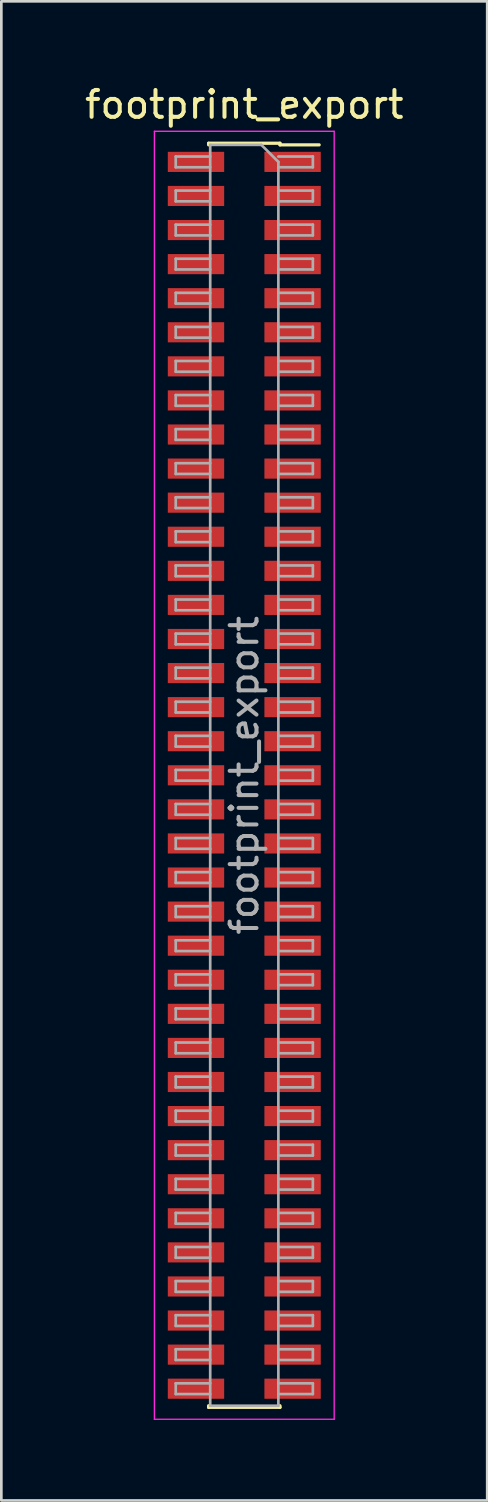
<source format=kicad_pcb>
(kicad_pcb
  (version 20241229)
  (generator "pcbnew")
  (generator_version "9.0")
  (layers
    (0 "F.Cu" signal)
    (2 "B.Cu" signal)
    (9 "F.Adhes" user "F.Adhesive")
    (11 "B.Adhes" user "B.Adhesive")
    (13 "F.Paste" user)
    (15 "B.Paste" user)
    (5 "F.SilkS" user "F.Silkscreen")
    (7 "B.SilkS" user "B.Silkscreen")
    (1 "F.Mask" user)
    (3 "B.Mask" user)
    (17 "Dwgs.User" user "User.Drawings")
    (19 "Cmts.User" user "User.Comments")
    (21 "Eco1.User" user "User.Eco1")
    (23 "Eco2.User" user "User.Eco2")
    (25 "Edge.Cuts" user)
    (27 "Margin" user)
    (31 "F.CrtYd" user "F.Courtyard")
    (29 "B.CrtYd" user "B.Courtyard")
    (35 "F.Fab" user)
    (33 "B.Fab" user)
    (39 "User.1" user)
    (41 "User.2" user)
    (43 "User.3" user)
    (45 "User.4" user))
  (footprint "footprint_export"
    (layer "F.Cu")
    (at 6.054 25.843)
    (property "Reference" "footprint_export" (at 0 -24.995 0) (layer "F.SilkS") (effects (font (size 1 1) (thickness 0.15))))
    (attr smd)
    (fp_line (start -1.33 -23.555) (end -1.33 -23.495) (stroke (width 0.12) (type solid)) (layer "F.SilkS"))
    (fp_line (start -1.33 -23.555) (end 1.33 -23.555) (stroke (width 0.12) (type solid)) (layer "F.SilkS"))
    (fp_line (start -1.33 23.495) (end -1.33 23.555) (stroke (width 0.12) (type solid)) (layer "F.SilkS"))
    (fp_line (start -1.33 23.555) (end 1.33 23.555) (stroke (width 0.12) (type solid)) (layer "F.SilkS"))
    (fp_line (start 1.33 -23.555) (end 1.33 -23.495) (stroke (width 0.12) (type solid)) (layer "F.SilkS"))
    (fp_line (start 1.33 -23.495) (end 2.79 -23.495) (stroke (width 0.12) (type solid)) (layer "F.SilkS"))
    (fp_line (start 1.33 23.495) (end 1.33 23.555) (stroke (width 0.12) (type solid)) (layer "F.SilkS"))
    (fp_line (start -3.35 -24) (end 3.35 -24) (stroke (width 0.05) (type solid)) (layer "F.CrtYd"))
    (fp_line (start -3.35 24) (end -3.35 -24) (stroke (width 0.05) (type solid)) (layer "F.CrtYd"))
    (fp_line (start 3.35 -24) (end 3.35 24) (stroke (width 0.05) (type solid)) (layer "F.CrtYd"))
    (fp_line (start 3.35 24) (end -3.35 24) (stroke (width 0.05) (type solid)) (layer "F.CrtYd"))
    (fp_line (start -2.555 -23.06) (end -1.27 -23.06) (stroke (width 0.1) (type solid)) (layer "F.Fab"))
    (fp_line (start -2.555 -22.66) (end -2.555 -23.06) (stroke (width 0.1) (type solid)) (layer "F.Fab"))
    (fp_line (start -2.555 -21.79) (end -1.27 -21.79) (stroke (width 0.1) (type solid)) (layer "F.Fab"))
    (fp_line (start -2.555 -21.39) (end -2.555 -21.79) (stroke (width 0.1) (type solid)) (layer "F.Fab"))
    (fp_line (start -2.555 -20.52) (end -1.27 -20.52) (stroke (width 0.1) (type solid)) (layer "F.Fab"))
    (fp_line (start -2.555 -20.12) (end -2.555 -20.52) (stroke (width 0.1) (type solid)) (layer "F.Fab"))
    (fp_line (start -2.555 -19.25) (end -1.27 -19.25) (stroke (width 0.1) (type solid)) (layer "F.Fab"))
    (fp_line (start -2.555 -18.85) (end -2.555 -19.25) (stroke (width 0.1) (type solid)) (layer "F.Fab"))
    (fp_line (start -2.555 -17.98) (end -1.27 -17.98) (stroke (width 0.1) (type solid)) (layer "F.Fab"))
    (fp_line (start -2.555 -17.58) (end -2.555 -17.98) (stroke (width 0.1) (type solid)) (layer "F.Fab"))
    (fp_line (start -2.555 -16.71) (end -1.27 -16.71) (stroke (width 0.1) (type solid)) (layer "F.Fab"))
    (fp_line (start -2.555 -16.31) (end -2.555 -16.71) (stroke (width 0.1) (type solid)) (layer "F.Fab"))
    (fp_line (start -2.555 -15.44) (end -1.27 -15.44) (stroke (width 0.1) (type solid)) (layer "F.Fab"))
    (fp_line (start -2.555 -15.04) (end -2.555 -15.44) (stroke (width 0.1) (type solid)) (layer "F.Fab"))
    (fp_line (start -2.555 -14.17) (end -1.27 -14.17) (stroke (width 0.1) (type solid)) (layer "F.Fab"))
    (fp_line (start -2.555 -13.77) (end -2.555 -14.17) (stroke (width 0.1) (type solid)) (layer "F.Fab"))
    (fp_line (start -2.555 -12.9) (end -1.27 -12.9) (stroke (width 0.1) (type solid)) (layer "F.Fab"))
    (fp_line (start -2.555 -12.5) (end -2.555 -12.9) (stroke (width 0.1) (type solid)) (layer "F.Fab"))
    (fp_line (start -2.555 -11.63) (end -1.27 -11.63) (stroke (width 0.1) (type solid)) (layer "F.Fab"))
    (fp_line (start -2.555 -11.23) (end -2.555 -11.63) (stroke (width 0.1) (type solid)) (layer "F.Fab"))
    (fp_line (start -2.555 -10.36) (end -1.27 -10.36) (stroke (width 0.1) (type solid)) (layer "F.Fab"))
    (fp_line (start -2.555 -9.96) (end -2.555 -10.36) (stroke (width 0.1) (type solid)) (layer "F.Fab"))
    (fp_line (start -2.555 -9.09) (end -1.27 -9.09) (stroke (width 0.1) (type solid)) (layer "F.Fab"))
    (fp_line (start -2.555 -8.69) (end -2.555 -9.09) (stroke (width 0.1) (type solid)) (layer "F.Fab"))
    (fp_line (start -2.555 -7.82) (end -1.27 -7.82) (stroke (width 0.1) (type solid)) (layer "F.Fab"))
    (fp_line (start -2.555 -7.42) (end -2.555 -7.82) (stroke (width 0.1) (type solid)) (layer "F.Fab"))
    (fp_line (start -2.555 -6.55) (end -1.27 -6.55) (stroke (width 0.1) (type solid)) (layer "F.Fab"))
    (fp_line (start -2.555 -6.15) (end -2.555 -6.55) (stroke (width 0.1) (type solid)) (layer "F.Fab"))
    (fp_line (start -2.555 -5.28) (end -1.27 -5.28) (stroke (width 0.1) (type solid)) (layer "F.Fab"))
    (fp_line (start -2.555 -4.88) (end -2.555 -5.28) (stroke (width 0.1) (type solid)) (layer "F.Fab"))
    (fp_line (start -2.555 -4.01) (end -1.27 -4.01) (stroke (width 0.1) (type solid)) (layer "F.Fab"))
    (fp_line (start -2.555 -3.61) (end -2.555 -4.01) (stroke (width 0.1) (type solid)) (layer "F.Fab"))
    (fp_line (start -2.555 -2.74) (end -1.27 -2.74) (stroke (width 0.1) (type solid)) (layer "F.Fab"))
    (fp_line (start -2.555 -2.34) (end -2.555 -2.74) (stroke (width 0.1) (type solid)) (layer "F.Fab"))
    (fp_line (start -2.555 -1.47) (end -1.27 -1.47) (stroke (width 0.1) (type solid)) (layer "F.Fab"))
    (fp_line (start -2.555 -1.07) (end -2.555 -1.47) (stroke (width 0.1) (type solid)) (layer "F.Fab"))
    (fp_line (start -2.555 -0.2) (end -1.27 -0.2) (stroke (width 0.1) (type solid)) (layer "F.Fab"))
    (fp_line (start -2.555 0.2) (end -2.555 -0.2) (stroke (width 0.1) (type solid)) (layer "F.Fab"))
    (fp_line (start -2.555 1.07) (end -1.27 1.07) (stroke (width 0.1) (type solid)) (layer "F.Fab"))
    (fp_line (start -2.555 1.47) (end -2.555 1.07) (stroke (width 0.1) (type solid)) (layer "F.Fab"))
    (fp_line (start -2.555 2.34) (end -1.27 2.34) (stroke (width 0.1) (type solid)) (layer "F.Fab"))
    (fp_line (start -2.555 2.74) (end -2.555 2.34) (stroke (width 0.1) (type solid)) (layer "F.Fab"))
    (fp_line (start -2.555 3.61) (end -1.27 3.61) (stroke (width 0.1) (type solid)) (layer "F.Fab"))
    (fp_line (start -2.555 4.01) (end -2.555 3.61) (stroke (width 0.1) (type solid)) (layer "F.Fab"))
    (fp_line (start -2.555 4.88) (end -1.27 4.88) (stroke (width 0.1) (type solid)) (layer "F.Fab"))
    (fp_line (start -2.555 5.28) (end -2.555 4.88) (stroke (width 0.1) (type solid)) (layer "F.Fab"))
    (fp_line (start -2.555 6.15) (end -1.27 6.15) (stroke (width 0.1) (type solid)) (layer "F.Fab"))
    (fp_line (start -2.555 6.55) (end -2.555 6.15) (stroke (width 0.1) (type solid)) (layer "F.Fab"))
    (fp_line (start -2.555 7.42) (end -1.27 7.42) (stroke (width 0.1) (type solid)) (layer "F.Fab"))
    (fp_line (start -2.555 7.82) (end -2.555 7.42) (stroke (width 0.1) (type solid)) (layer "F.Fab"))
    (fp_line (start -2.555 8.69) (end -1.27 8.69) (stroke (width 0.1) (type solid)) (layer "F.Fab"))
    (fp_line (start -2.555 9.09) (end -2.555 8.69) (stroke (width 0.1) (type solid)) (layer "F.Fab"))
    (fp_line (start -2.555 9.96) (end -1.27 9.96) (stroke (width 0.1) (type solid)) (layer "F.Fab"))
    (fp_line (start -2.555 10.36) (end -2.555 9.96) (stroke (width 0.1) (type solid)) (layer "F.Fab"))
    (fp_line (start -2.555 11.23) (end -1.27 11.23) (stroke (width 0.1) (type solid)) (layer "F.Fab"))
    (fp_line (start -2.555 11.63) (end -2.555 11.23) (stroke (width 0.1) (type solid)) (layer "F.Fab"))
    (fp_line (start -2.555 12.5) (end -1.27 12.5) (stroke (width 0.1) (type solid)) (layer "F.Fab"))
    (fp_line (start -2.555 12.9) (end -2.555 12.5) (stroke (width 0.1) (type solid)) (layer "F.Fab"))
    (fp_line (start -2.555 13.77) (end -1.27 13.77) (stroke (width 0.1) (type solid)) (layer "F.Fab"))
    (fp_line (start -2.555 14.17) (end -2.555 13.77) (stroke (width 0.1) (type solid)) (layer "F.Fab"))
    (fp_line (start -2.555 15.04) (end -1.27 15.04) (stroke (width 0.1) (type solid)) (layer "F.Fab"))
    (fp_line (start -2.555 15.44) (end -2.555 15.04) (stroke (width 0.1) (type solid)) (layer "F.Fab"))
    (fp_line (start -2.555 16.31) (end -1.27 16.31) (stroke (width 0.1) (type solid)) (layer "F.Fab"))
    (fp_line (start -2.555 16.71) (end -2.555 16.31) (stroke (width 0.1) (type solid)) (layer "F.Fab"))
    (fp_line (start -2.555 17.58) (end -1.27 17.58) (stroke (width 0.1) (type solid)) (layer "F.Fab"))
    (fp_line (start -2.555 17.98) (end -2.555 17.58) (stroke (width 0.1) (type solid)) (layer "F.Fab"))
    (fp_line (start -2.555 18.85) (end -1.27 18.85) (stroke (width 0.1) (type solid)) (layer "F.Fab"))
    (fp_line (start -2.555 19.25) (end -2.555 18.85) (stroke (width 0.1) (type solid)) (layer "F.Fab"))
    (fp_line (start -2.555 20.12) (end -1.27 20.12) (stroke (width 0.1) (type solid)) (layer "F.Fab"))
    (fp_line (start -2.555 20.52) (end -2.555 20.12) (stroke (width 0.1) (type solid)) (layer "F.Fab"))
    (fp_line (start -2.555 21.39) (end -1.27 21.39) (stroke (width 0.1) (type solid)) (layer "F.Fab"))
    (fp_line (start -2.555 21.79) (end -2.555 21.39) (stroke (width 0.1) (type solid)) (layer "F.Fab"))
    (fp_line (start -2.555 22.66) (end -1.27 22.66) (stroke (width 0.1) (type solid)) (layer "F.Fab"))
    (fp_line (start -2.555 23.06) (end -2.555 22.66) (stroke (width 0.1) (type solid)) (layer "F.Fab"))
    (fp_line (start -1.27 -23.495) (end 0.635 -23.495) (stroke (width 0.1) (type solid)) (layer "F.Fab"))
    (fp_line (start -1.27 -22.66) (end -2.555 -22.66) (stroke (width 0.1) (type solid)) (layer "F.Fab"))
    (fp_line (start -1.27 -21.39) (end -2.555 -21.39) (stroke (width 0.1) (type solid)) (layer "F.Fab"))
    (fp_line (start -1.27 -20.12) (end -2.555 -20.12) (stroke (width 0.1) (type solid)) (layer "F.Fab"))
    (fp_line (start -1.27 -18.85) (end -2.555 -18.85) (stroke (width 0.1) (type solid)) (layer "F.Fab"))
    (fp_line (start -1.27 -17.58) (end -2.555 -17.58) (stroke (width 0.1) (type solid)) (layer "F.Fab"))
    (fp_line (start -1.27 -16.31) (end -2.555 -16.31) (stroke (width 0.1) (type solid)) (layer "F.Fab"))
    (fp_line (start -1.27 -15.04) (end -2.555 -15.04) (stroke (width 0.1) (type solid)) (layer "F.Fab"))
    (fp_line (start -1.27 -13.77) (end -2.555 -13.77) (stroke (width 0.1) (type solid)) (layer "F.Fab"))
    (fp_line (start -1.27 -12.5) (end -2.555 -12.5) (stroke (width 0.1) (type solid)) (layer "F.Fab"))
    (fp_line (start -1.27 -11.23) (end -2.555 -11.23) (stroke (width 0.1) (type solid)) (layer "F.Fab"))
    (fp_line (start -1.27 -9.96) (end -2.555 -9.96) (stroke (width 0.1) (type solid)) (layer "F.Fab"))
    (fp_line (start -1.27 -8.69) (end -2.555 -8.69) (stroke (width 0.1) (type solid)) (layer "F.Fab"))
    (fp_line (start -1.27 -7.42) (end -2.555 -7.42) (stroke (width 0.1) (type solid)) (layer "F.Fab"))
    (fp_line (start -1.27 -6.15) (end -2.555 -6.15) (stroke (width 0.1) (type solid)) (layer "F.Fab"))
    (fp_line (start -1.27 -4.88) (end -2.555 -4.88) (stroke (width 0.1) (type solid)) (layer "F.Fab"))
    (fp_line (start -1.27 -3.61) (end -2.555 -3.61) (stroke (width 0.1) (type solid)) (layer "F.Fab"))
    (fp_line (start -1.27 -2.34) (end -2.555 -2.34) (stroke (width 0.1) (type solid)) (layer "F.Fab"))
    (fp_line (start -1.27 -1.07) (end -2.555 -1.07) (stroke (width 0.1) (type solid)) (layer "F.Fab"))
    (fp_line (start -1.27 0.2) (end -2.555 0.2) (stroke (width 0.1) (type solid)) (layer "F.Fab"))
    (fp_line (start -1.27 1.47) (end -2.555 1.47) (stroke (width 0.1) (type solid)) (layer "F.Fab"))
    (fp_line (start -1.27 2.74) (end -2.555 2.74) (stroke (width 0.1) (type solid)) (layer "F.Fab"))
    (fp_line (start -1.27 4.01) (end -2.555 4.01) (stroke (width 0.1) (type solid)) (layer "F.Fab"))
    (fp_line (start -1.27 5.28) (end -2.555 5.28) (stroke (width 0.1) (type solid)) (layer "F.Fab"))
    (fp_line (start -1.27 6.55) (end -2.555 6.55) (stroke (width 0.1) (type solid)) (layer "F.Fab"))
    (fp_line (start -1.27 7.82) (end -2.555 7.82) (stroke (width 0.1) (type solid)) (layer "F.Fab"))
    (fp_line (start -1.27 9.09) (end -2.555 9.09) (stroke (width 0.1) (type solid)) (layer "F.Fab"))
    (fp_line (start -1.27 10.36) (end -2.555 10.36) (stroke (width 0.1) (type solid)) (layer "F.Fab"))
    (fp_line (start -1.27 11.63) (end -2.555 11.63) (stroke (width 0.1) (type solid)) (layer "F.Fab"))
    (fp_line (start -1.27 12.9) (end -2.555 12.9) (stroke (width 0.1) (type solid)) (layer "F.Fab"))
    (fp_line (start -1.27 14.17) (end -2.555 14.17) (stroke (width 0.1) (type solid)) (layer "F.Fab"))
    (fp_line (start -1.27 15.44) (end -2.555 15.44) (stroke (width 0.1) (type solid)) (layer "F.Fab"))
    (fp_line (start -1.27 16.71) (end -2.555 16.71) (stroke (width 0.1) (type solid)) (layer "F.Fab"))
    (fp_line (start -1.27 17.98) (end -2.555 17.98) (stroke (width 0.1) (type solid)) (layer "F.Fab"))
    (fp_line (start -1.27 19.25) (end -2.555 19.25) (stroke (width 0.1) (type solid)) (layer "F.Fab"))
    (fp_line (start -1.27 20.52) (end -2.555 20.52) (stroke (width 0.1) (type solid)) (layer "F.Fab"))
    (fp_line (start -1.27 21.79) (end -2.555 21.79) (stroke (width 0.1) (type solid)) (layer "F.Fab"))
    (fp_line (start -1.27 23.06) (end -2.555 23.06) (stroke (width 0.1) (type solid)) (layer "F.Fab"))
    (fp_line (start -1.27 23.495) (end -1.27 -23.495) (stroke (width 0.1) (type solid)) (layer "F.Fab"))
    (fp_line (start 0.635 -23.495) (end 1.27 -22.86) (stroke (width 0.1) (type solid)) (layer "F.Fab"))
    (fp_line (start 1.27 -23.06) (end 2.555 -23.06) (stroke (width 0.1) (type solid)) (layer "F.Fab"))
    (fp_line (start 1.27 -22.86) (end 1.27 23.495) (stroke (width 0.1) (type solid)) (layer "F.Fab"))
    (fp_line (start 1.27 -21.79) (end 2.555 -21.79) (stroke (width 0.1) (type solid)) (layer "F.Fab"))
    (fp_line (start 1.27 -20.52) (end 2.555 -20.52) (stroke (width 0.1) (type solid)) (layer "F.Fab"))
    (fp_line (start 1.27 -19.25) (end 2.555 -19.25) (stroke (width 0.1) (type solid)) (layer "F.Fab"))
    (fp_line (start 1.27 -17.98) (end 2.555 -17.98) (stroke (width 0.1) (type solid)) (layer "F.Fab"))
    (fp_line (start 1.27 -16.71) (end 2.555 -16.71) (stroke (width 0.1) (type solid)) (layer "F.Fab"))
    (fp_line (start 1.27 -15.44) (end 2.555 -15.44) (stroke (width 0.1) (type solid)) (layer "F.Fab"))
    (fp_line (start 1.27 -14.17) (end 2.555 -14.17) (stroke (width 0.1) (type solid)) (layer "F.Fab"))
    (fp_line (start 1.27 -12.9) (end 2.555 -12.9) (stroke (width 0.1) (type solid)) (layer "F.Fab"))
    (fp_line (start 1.27 -11.63) (end 2.555 -11.63) (stroke (width 0.1) (type solid)) (layer "F.Fab"))
    (fp_line (start 1.27 -10.36) (end 2.555 -10.36) (stroke (width 0.1) (type solid)) (layer "F.Fab"))
    (fp_line (start 1.27 -9.09) (end 2.555 -9.09) (stroke (width 0.1) (type solid)) (layer "F.Fab"))
    (fp_line (start 1.27 -7.82) (end 2.555 -7.82) (stroke (width 0.1) (type solid)) (layer "F.Fab"))
    (fp_line (start 1.27 -6.55) (end 2.555 -6.55) (stroke (width 0.1) (type solid)) (layer "F.Fab"))
    (fp_line (start 1.27 -5.28) (end 2.555 -5.28) (stroke (width 0.1) (type solid)) (layer "F.Fab"))
    (fp_line (start 1.27 -4.01) (end 2.555 -4.01) (stroke (width 0.1) (type solid)) (layer "F.Fab"))
    (fp_line (start 1.27 -2.74) (end 2.555 -2.74) (stroke (width 0.1) (type solid)) (layer "F.Fab"))
    (fp_line (start 1.27 -1.47) (end 2.555 -1.47) (stroke (width 0.1) (type solid)) (layer "F.Fab"))
    (fp_line (start 1.27 -0.2) (end 2.555 -0.2) (stroke (width 0.1) (type solid)) (layer "F.Fab"))
    (fp_line (start 1.27 1.07) (end 2.555 1.07) (stroke (width 0.1) (type solid)) (layer "F.Fab"))
    (fp_line (start 1.27 2.34) (end 2.555 2.34) (stroke (width 0.1) (type solid)) (layer "F.Fab"))
    (fp_line (start 1.27 3.61) (end 2.555 3.61) (stroke (width 0.1) (type solid)) (layer "F.Fab"))
    (fp_line (start 1.27 4.88) (end 2.555 4.88) (stroke (width 0.1) (type solid)) (layer "F.Fab"))
    (fp_line (start 1.27 6.15) (end 2.555 6.15) (stroke (width 0.1) (type solid)) (layer "F.Fab"))
    (fp_line (start 1.27 7.42) (end 2.555 7.42) (stroke (width 0.1) (type solid)) (layer "F.Fab"))
    (fp_line (start 1.27 8.69) (end 2.555 8.69) (stroke (width 0.1) (type solid)) (layer "F.Fab"))
    (fp_line (start 1.27 9.96) (end 2.555 9.96) (stroke (width 0.1) (type solid)) (layer "F.Fab"))
    (fp_line (start 1.27 11.23) (end 2.555 11.23) (stroke (width 0.1) (type solid)) (layer "F.Fab"))
    (fp_line (start 1.27 12.5) (end 2.555 12.5) (stroke (width 0.1) (type solid)) (layer "F.Fab"))
    (fp_line (start 1.27 13.77) (end 2.555 13.77) (stroke (width 0.1) (type solid)) (layer "F.Fab"))
    (fp_line (start 1.27 15.04) (end 2.555 15.04) (stroke (width 0.1) (type solid)) (layer "F.Fab"))
    (fp_line (start 1.27 16.31) (end 2.555 16.31) (stroke (width 0.1) (type solid)) (layer "F.Fab"))
    (fp_line (start 1.27 17.58) (end 2.555 17.58) (stroke (width 0.1) (type solid)) (layer "F.Fab"))
    (fp_line (start 1.27 18.85) (end 2.555 18.85) (stroke (width 0.1) (type solid)) (layer "F.Fab"))
    (fp_line (start 1.27 20.12) (end 2.555 20.12) (stroke (width 0.1) (type solid)) (layer "F.Fab"))
    (fp_line (start 1.27 21.39) (end 2.555 21.39) (stroke (width 0.1) (type solid)) (layer "F.Fab"))
    (fp_line (start 1.27 22.66) (end 2.555 22.66) (stroke (width 0.1) (type solid)) (layer "F.Fab"))
    (fp_line (start 1.27 23.495) (end -1.27 23.495) (stroke (width 0.1) (type solid)) (layer "F.Fab"))
    (fp_line (start 2.555 -23.06) (end 2.555 -22.66) (stroke (width 0.1) (type solid)) (layer "F.Fab"))
    (fp_line (start 2.555 -22.66) (end 1.27 -22.66) (stroke (width 0.1) (type solid)) (layer "F.Fab"))
    (fp_line (start 2.555 -21.79) (end 2.555 -21.39) (stroke (width 0.1) (type solid)) (layer "F.Fab"))
    (fp_line (start 2.555 -21.39) (end 1.27 -21.39) (stroke (width 0.1) (type solid)) (layer "F.Fab"))
    (fp_line (start 2.555 -20.52) (end 2.555 -20.12) (stroke (width 0.1) (type solid)) (layer "F.Fab"))
    (fp_line (start 2.555 -20.12) (end 1.27 -20.12) (stroke (width 0.1) (type solid)) (layer "F.Fab"))
    (fp_line (start 2.555 -19.25) (end 2.555 -18.85) (stroke (width 0.1) (type solid)) (layer "F.Fab"))
    (fp_line (start 2.555 -18.85) (end 1.27 -18.85) (stroke (width 0.1) (type solid)) (layer "F.Fab"))
    (fp_line (start 2.555 -17.98) (end 2.555 -17.58) (stroke (width 0.1) (type solid)) (layer "F.Fab"))
    (fp_line (start 2.555 -17.58) (end 1.27 -17.58) (stroke (width 0.1) (type solid)) (layer "F.Fab"))
    (fp_line (start 2.555 -16.71) (end 2.555 -16.31) (stroke (width 0.1) (type solid)) (layer "F.Fab"))
    (fp_line (start 2.555 -16.31) (end 1.27 -16.31) (stroke (width 0.1) (type solid)) (layer "F.Fab"))
    (fp_line (start 2.555 -15.44) (end 2.555 -15.04) (stroke (width 0.1) (type solid)) (layer "F.Fab"))
    (fp_line (start 2.555 -15.04) (end 1.27 -15.04) (stroke (width 0.1) (type solid)) (layer "F.Fab"))
    (fp_line (start 2.555 -14.17) (end 2.555 -13.77) (stroke (width 0.1) (type solid)) (layer "F.Fab"))
    (fp_line (start 2.555 -13.77) (end 1.27 -13.77) (stroke (width 0.1) (type solid)) (layer "F.Fab"))
    (fp_line (start 2.555 -12.9) (end 2.555 -12.5) (stroke (width 0.1) (type solid)) (layer "F.Fab"))
    (fp_line (start 2.555 -12.5) (end 1.27 -12.5) (stroke (width 0.1) (type solid)) (layer "F.Fab"))
    (fp_line (start 2.555 -11.63) (end 2.555 -11.23) (stroke (width 0.1) (type solid)) (layer "F.Fab"))
    (fp_line (start 2.555 -11.23) (end 1.27 -11.23) (stroke (width 0.1) (type solid)) (layer "F.Fab"))
    (fp_line (start 2.555 -10.36) (end 2.555 -9.96) (stroke (width 0.1) (type solid)) (layer "F.Fab"))
    (fp_line (start 2.555 -9.96) (end 1.27 -9.96) (stroke (width 0.1) (type solid)) (layer "F.Fab"))
    (fp_line (start 2.555 -9.09) (end 2.555 -8.69) (stroke (width 0.1) (type solid)) (layer "F.Fab"))
    (fp_line (start 2.555 -8.69) (end 1.27 -8.69) (stroke (width 0.1) (type solid)) (layer "F.Fab"))
    (fp_line (start 2.555 -7.82) (end 2.555 -7.42) (stroke (width 0.1) (type solid)) (layer "F.Fab"))
    (fp_line (start 2.555 -7.42) (end 1.27 -7.42) (stroke (width 0.1) (type solid)) (layer "F.Fab"))
    (fp_line (start 2.555 -6.55) (end 2.555 -6.15) (stroke (width 0.1) (type solid)) (layer "F.Fab"))
    (fp_line (start 2.555 -6.15) (end 1.27 -6.15) (stroke (width 0.1) (type solid)) (layer "F.Fab"))
    (fp_line (start 2.555 -5.28) (end 2.555 -4.88) (stroke (width 0.1) (type solid)) (layer "F.Fab"))
    (fp_line (start 2.555 -4.88) (end 1.27 -4.88) (stroke (width 0.1) (type solid)) (layer "F.Fab"))
    (fp_line (start 2.555 -4.01) (end 2.555 -3.61) (stroke (width 0.1) (type solid)) (layer "F.Fab"))
    (fp_line (start 2.555 -3.61) (end 1.27 -3.61) (stroke (width 0.1) (type solid)) (layer "F.Fab"))
    (fp_line (start 2.555 -2.74) (end 2.555 -2.34) (stroke (width 0.1) (type solid)) (layer "F.Fab"))
    (fp_line (start 2.555 -2.34) (end 1.27 -2.34) (stroke (width 0.1) (type solid)) (layer "F.Fab"))
    (fp_line (start 2.555 -1.47) (end 2.555 -1.07) (stroke (width 0.1) (type solid)) (layer "F.Fab"))
    (fp_line (start 2.555 -1.07) (end 1.27 -1.07) (stroke (width 0.1) (type solid)) (layer "F.Fab"))
    (fp_line (start 2.555 -0.2) (end 2.555 0.2) (stroke (width 0.1) (type solid)) (layer "F.Fab"))
    (fp_line (start 2.555 0.2) (end 1.27 0.2) (stroke (width 0.1) (type solid)) (layer "F.Fab"))
    (fp_line (start 2.555 1.07) (end 2.555 1.47) (stroke (width 0.1) (type solid)) (layer "F.Fab"))
    (fp_line (start 2.555 1.47) (end 1.27 1.47) (stroke (width 0.1) (type solid)) (layer "F.Fab"))
    (fp_line (start 2.555 2.34) (end 2.555 2.74) (stroke (width 0.1) (type solid)) (layer "F.Fab"))
    (fp_line (start 2.555 2.74) (end 1.27 2.74) (stroke (width 0.1) (type solid)) (layer "F.Fab"))
    (fp_line (start 2.555 3.61) (end 2.555 4.01) (stroke (width 0.1) (type solid)) (layer "F.Fab"))
    (fp_line (start 2.555 4.01) (end 1.27 4.01) (stroke (width 0.1) (type solid)) (layer "F.Fab"))
    (fp_line (start 2.555 4.88) (end 2.555 5.28) (stroke (width 0.1) (type solid)) (layer "F.Fab"))
    (fp_line (start 2.555 5.28) (end 1.27 5.28) (stroke (width 0.1) (type solid)) (layer "F.Fab"))
    (fp_line (start 2.555 6.15) (end 2.555 6.55) (stroke (width 0.1) (type solid)) (layer "F.Fab"))
    (fp_line (start 2.555 6.55) (end 1.27 6.55) (stroke (width 0.1) (type solid)) (layer "F.Fab"))
    (fp_line (start 2.555 7.42) (end 2.555 7.82) (stroke (width 0.1) (type solid)) (layer "F.Fab"))
    (fp_line (start 2.555 7.82) (end 1.27 7.82) (stroke (width 0.1) (type solid)) (layer "F.Fab"))
    (fp_line (start 2.555 8.69) (end 2.555 9.09) (stroke (width 0.1) (type solid)) (layer "F.Fab"))
    (fp_line (start 2.555 9.09) (end 1.27 9.09) (stroke (width 0.1) (type solid)) (layer "F.Fab"))
    (fp_line (start 2.555 9.96) (end 2.555 10.36) (stroke (width 0.1) (type solid)) (layer "F.Fab"))
    (fp_line (start 2.555 10.36) (end 1.27 10.36) (stroke (width 0.1) (type solid)) (layer "F.Fab"))
    (fp_line (start 2.555 11.23) (end 2.555 11.63) (stroke (width 0.1) (type solid)) (layer "F.Fab"))
    (fp_line (start 2.555 11.63) (end 1.27 11.63) (stroke (width 0.1) (type solid)) (layer "F.Fab"))
    (fp_line (start 2.555 12.5) (end 2.555 12.9) (stroke (width 0.1) (type solid)) (layer "F.Fab"))
    (fp_line (start 2.555 12.9) (end 1.27 12.9) (stroke (width 0.1) (type solid)) (layer "F.Fab"))
    (fp_line (start 2.555 13.77) (end 2.555 14.17) (stroke (width 0.1) (type solid)) (layer "F.Fab"))
    (fp_line (start 2.555 14.17) (end 1.27 14.17) (stroke (width 0.1) (type solid)) (layer "F.Fab"))
    (fp_line (start 2.555 15.04) (end 2.555 15.44) (stroke (width 0.1) (type solid)) (layer "F.Fab"))
    (fp_line (start 2.555 15.44) (end 1.27 15.44) (stroke (width 0.1) (type solid)) (layer "F.Fab"))
    (fp_line (start 2.555 16.31) (end 2.555 16.71) (stroke (width 0.1) (type solid)) (layer "F.Fab"))
    (fp_line (start 2.555 16.71) (end 1.27 16.71) (stroke (width 0.1) (type solid)) (layer "F.Fab"))
    (fp_line (start 2.555 17.58) (end 2.555 17.98) (stroke (width 0.1) (type solid)) (layer "F.Fab"))
    (fp_line (start 2.555 17.98) (end 1.27 17.98) (stroke (width 0.1) (type solid)) (layer "F.Fab"))
    (fp_line (start 2.555 18.85) (end 2.555 19.25) (stroke (width 0.1) (type solid)) (layer "F.Fab"))
    (fp_line (start 2.555 19.25) (end 1.27 19.25) (stroke (width 0.1) (type solid)) (layer "F.Fab"))
    (fp_line (start 2.555 20.12) (end 2.555 20.52) (stroke (width 0.1) (type solid)) (layer "F.Fab"))
    (fp_line (start 2.555 20.52) (end 1.27 20.52) (stroke (width 0.1) (type solid)) (layer "F.Fab"))
    (fp_line (start 2.555 21.39) (end 2.555 21.79) (stroke (width 0.1) (type solid)) (layer "F.Fab"))
    (fp_line (start 2.555 21.79) (end 1.27 21.79) (stroke (width 0.1) (type solid)) (layer "F.Fab"))
    (fp_line (start 2.555 22.66) (end 2.555 23.06) (stroke (width 0.1) (type solid)) (layer "F.Fab"))
    (fp_line (start 2.555 23.06) (end 1.27 23.06) (stroke (width 0.1) (type solid)) (layer "F.Fab"))
    (fp_text user "${REFERENCE}" (at 0 0 90) (layer "F.Fab") (effects (font (size 1 1) (thickness 0.15))))
    (pad "1" smd rect (at 1.8 -22.86) (size 2.1 0.75) (layers "F.Cu" "F.Mask" "F.Paste"))
    (pad "2" smd rect (at -1.8 -22.86) (size 2.1 0.75) (layers "F.Cu" "F.Mask" "F.Paste"))
    (pad "3" smd rect (at 1.8 -21.59) (size 2.1 0.75) (layers "F.Cu" "F.Mask" "F.Paste"))
    (pad "4" smd rect (at -1.8 -21.59) (size 2.1 0.75) (layers "F.Cu" "F.Mask" "F.Paste"))
    (pad "5" smd rect (at 1.8 -20.32) (size 2.1 0.75) (layers "F.Cu" "F.Mask" "F.Paste"))
    (pad "6" smd rect (at -1.8 -20.32) (size 2.1 0.75) (layers "F.Cu" "F.Mask" "F.Paste"))
    (pad "7" smd rect (at 1.8 -19.05) (size 2.1 0.75) (layers "F.Cu" "F.Mask" "F.Paste"))
    (pad "8" smd rect (at -1.8 -19.05) (size 2.1 0.75) (layers "F.Cu" "F.Mask" "F.Paste"))
    (pad "9" smd rect (at 1.8 -17.78) (size 2.1 0.75) (layers "F.Cu" "F.Mask" "F.Paste"))
    (pad "10" smd rect (at -1.8 -17.78) (size 2.1 0.75) (layers "F.Cu" "F.Mask" "F.Paste"))
    (pad "11" smd rect (at 1.8 -16.51) (size 2.1 0.75) (layers "F.Cu" "F.Mask" "F.Paste"))
    (pad "12" smd rect (at -1.8 -16.51) (size 2.1 0.75) (layers "F.Cu" "F.Mask" "F.Paste"))
    (pad "13" smd rect (at 1.8 -15.24) (size 2.1 0.75) (layers "F.Cu" "F.Mask" "F.Paste"))
    (pad "14" smd rect (at -1.8 -15.24) (size 2.1 0.75) (layers "F.Cu" "F.Mask" "F.Paste"))
    (pad "15" smd rect (at 1.8 -13.97) (size 2.1 0.75) (layers "F.Cu" "F.Mask" "F.Paste"))
    (pad "16" smd rect (at -1.8 -13.97) (size 2.1 0.75) (layers "F.Cu" "F.Mask" "F.Paste"))
    (pad "17" smd rect (at 1.8 -12.7) (size 2.1 0.75) (layers "F.Cu" "F.Mask" "F.Paste"))
    (pad "18" smd rect (at -1.8 -12.7) (size 2.1 0.75) (layers "F.Cu" "F.Mask" "F.Paste"))
    (pad "19" smd rect (at 1.8 -11.43) (size 2.1 0.75) (layers "F.Cu" "F.Mask" "F.Paste"))
    (pad "20" smd rect (at -1.8 -11.43) (size 2.1 0.75) (layers "F.Cu" "F.Mask" "F.Paste"))
    (pad "21" smd rect (at 1.8 -10.16) (size 2.1 0.75) (layers "F.Cu" "F.Mask" "F.Paste"))
    (pad "22" smd rect (at -1.8 -10.16) (size 2.1 0.75) (layers "F.Cu" "F.Mask" "F.Paste"))
    (pad "23" smd rect (at 1.8 -8.89) (size 2.1 0.75) (layers "F.Cu" "F.Mask" "F.Paste"))
    (pad "24" smd rect (at -1.8 -8.89) (size 2.1 0.75) (layers "F.Cu" "F.Mask" "F.Paste"))
    (pad "25" smd rect (at 1.8 -7.62) (size 2.1 0.75) (layers "F.Cu" "F.Mask" "F.Paste"))
    (pad "26" smd rect (at -1.8 -7.62) (size 2.1 0.75) (layers "F.Cu" "F.Mask" "F.Paste"))
    (pad "27" smd rect (at 1.8 -6.35) (size 2.1 0.75) (layers "F.Cu" "F.Mask" "F.Paste"))
    (pad "28" smd rect (at -1.8 -6.35) (size 2.1 0.75) (layers "F.Cu" "F.Mask" "F.Paste"))
    (pad "29" smd rect (at 1.8 -5.08) (size 2.1 0.75) (layers "F.Cu" "F.Mask" "F.Paste"))
    (pad "30" smd rect (at -1.8 -5.08) (size 2.1 0.75) (layers "F.Cu" "F.Mask" "F.Paste"))
    (pad "31" smd rect (at 1.8 -3.81) (size 2.1 0.75) (layers "F.Cu" "F.Mask" "F.Paste"))
    (pad "32" smd rect (at -1.8 -3.81) (size 2.1 0.75) (layers "F.Cu" "F.Mask" "F.Paste"))
    (pad "33" smd rect (at 1.8 -2.54) (size 2.1 0.75) (layers "F.Cu" "F.Mask" "F.Paste"))
    (pad "34" smd rect (at -1.8 -2.54) (size 2.1 0.75) (layers "F.Cu" "F.Mask" "F.Paste"))
    (pad "35" smd rect (at 1.8 -1.27) (size 2.1 0.75) (layers "F.Cu" "F.Mask" "F.Paste"))
    (pad "36" smd rect (at -1.8 -1.27) (size 2.1 0.75) (layers "F.Cu" "F.Mask" "F.Paste"))
    (pad "37" smd rect (at 1.8 0) (size 2.1 0.75) (layers "F.Cu" "F.Mask" "F.Paste"))
    (pad "38" smd rect (at -1.8 0) (size 2.1 0.75) (layers "F.Cu" "F.Mask" "F.Paste"))
    (pad "39" smd rect (at 1.8 1.27) (size 2.1 0.75) (layers "F.Cu" "F.Mask" "F.Paste"))
    (pad "40" smd rect (at -1.8 1.27) (size 2.1 0.75) (layers "F.Cu" "F.Mask" "F.Paste"))
    (pad "41" smd rect (at 1.8 2.54) (size 2.1 0.75) (layers "F.Cu" "F.Mask" "F.Paste"))
    (pad "42" smd rect (at -1.8 2.54) (size 2.1 0.75) (layers "F.Cu" "F.Mask" "F.Paste"))
    (pad "43" smd rect (at 1.8 3.81) (size 2.1 0.75) (layers "F.Cu" "F.Mask" "F.Paste"))
    (pad "44" smd rect (at -1.8 3.81) (size 2.1 0.75) (layers "F.Cu" "F.Mask" "F.Paste"))
    (pad "45" smd rect (at 1.8 5.08) (size 2.1 0.75) (layers "F.Cu" "F.Mask" "F.Paste"))
    (pad "46" smd rect (at -1.8 5.08) (size 2.1 0.75) (layers "F.Cu" "F.Mask" "F.Paste"))
    (pad "47" smd rect (at 1.8 6.35) (size 2.1 0.75) (layers "F.Cu" "F.Mask" "F.Paste"))
    (pad "48" smd rect (at -1.8 6.35) (size 2.1 0.75) (layers "F.Cu" "F.Mask" "F.Paste"))
    (pad "49" smd rect (at 1.8 7.62) (size 2.1 0.75) (layers "F.Cu" "F.Mask" "F.Paste"))
    (pad "50" smd rect (at -1.8 7.62) (size 2.1 0.75) (layers "F.Cu" "F.Mask" "F.Paste"))
    (pad "51" smd rect (at 1.8 8.89) (size 2.1 0.75) (layers "F.Cu" "F.Mask" "F.Paste"))
    (pad "52" smd rect (at -1.8 8.89) (size 2.1 0.75) (layers "F.Cu" "F.Mask" "F.Paste"))
    (pad "53" smd rect (at 1.8 10.16) (size 2.1 0.75) (layers "F.Cu" "F.Mask" "F.Paste"))
    (pad "54" smd rect (at -1.8 10.16) (size 2.1 0.75) (layers "F.Cu" "F.Mask" "F.Paste"))
    (pad "55" smd rect (at 1.8 11.43) (size 2.1 0.75) (layers "F.Cu" "F.Mask" "F.Paste"))
    (pad "56" smd rect (at -1.8 11.43) (size 2.1 0.75) (layers "F.Cu" "F.Mask" "F.Paste"))
    (pad "57" smd rect (at 1.8 12.7) (size 2.1 0.75) (layers "F.Cu" "F.Mask" "F.Paste"))
    (pad "58" smd rect (at -1.8 12.7) (size 2.1 0.75) (layers "F.Cu" "F.Mask" "F.Paste"))
    (pad "59" smd rect (at 1.8 13.97) (size 2.1 0.75) (layers "F.Cu" "F.Mask" "F.Paste"))
    (pad "60" smd rect (at -1.8 13.97) (size 2.1 0.75) (layers "F.Cu" "F.Mask" "F.Paste"))
    (pad "61" smd rect (at 1.8 15.24) (size 2.1 0.75) (layers "F.Cu" "F.Mask" "F.Paste"))
    (pad "62" smd rect (at -1.8 15.24) (size 2.1 0.75) (layers "F.Cu" "F.Mask" "F.Paste"))
    (pad "63" smd rect (at 1.8 16.51) (size 2.1 0.75) (layers "F.Cu" "F.Mask" "F.Paste"))
    (pad "64" smd rect (at -1.8 16.51) (size 2.1 0.75) (layers "F.Cu" "F.Mask" "F.Paste"))
    (pad "65" smd rect (at 1.8 17.78) (size 2.1 0.75) (layers "F.Cu" "F.Mask" "F.Paste"))
    (pad "66" smd rect (at -1.8 17.78) (size 2.1 0.75) (layers "F.Cu" "F.Mask" "F.Paste"))
    (pad "67" smd rect (at 1.8 19.05) (size 2.1 0.75) (layers "F.Cu" "F.Mask" "F.Paste"))
    (pad "68" smd rect (at -1.8 19.05) (size 2.1 0.75) (layers "F.Cu" "F.Mask" "F.Paste"))
    (pad "69" smd rect (at 1.8 20.32) (size 2.1 0.75) (layers "F.Cu" "F.Mask" "F.Paste"))
    (pad "70" smd rect (at -1.8 20.32) (size 2.1 0.75) (layers "F.Cu" "F.Mask" "F.Paste"))
    (pad "71" smd rect (at 1.8 21.59) (size 2.1 0.75) (layers "F.Cu" "F.Mask" "F.Paste"))
    (pad "72" smd rect (at -1.8 21.59) (size 2.1 0.75) (layers "F.Cu" "F.Mask" "F.Paste"))
    (pad "73" smd rect (at 1.8 22.86) (size 2.1 0.75) (layers "F.Cu" "F.Mask" "F.Paste"))
    (pad "74" smd rect (at -1.8 22.86) (size 2.1 0.75) (layers "F.Cu" "F.Mask" "F.Paste")))
  (gr_rect
    (start -3 -3)
    (end 15.107 52.868)
    (stroke (width 0.1) (type default))
    (fill no)
    (layer "Edge.Cuts")))
</source>
